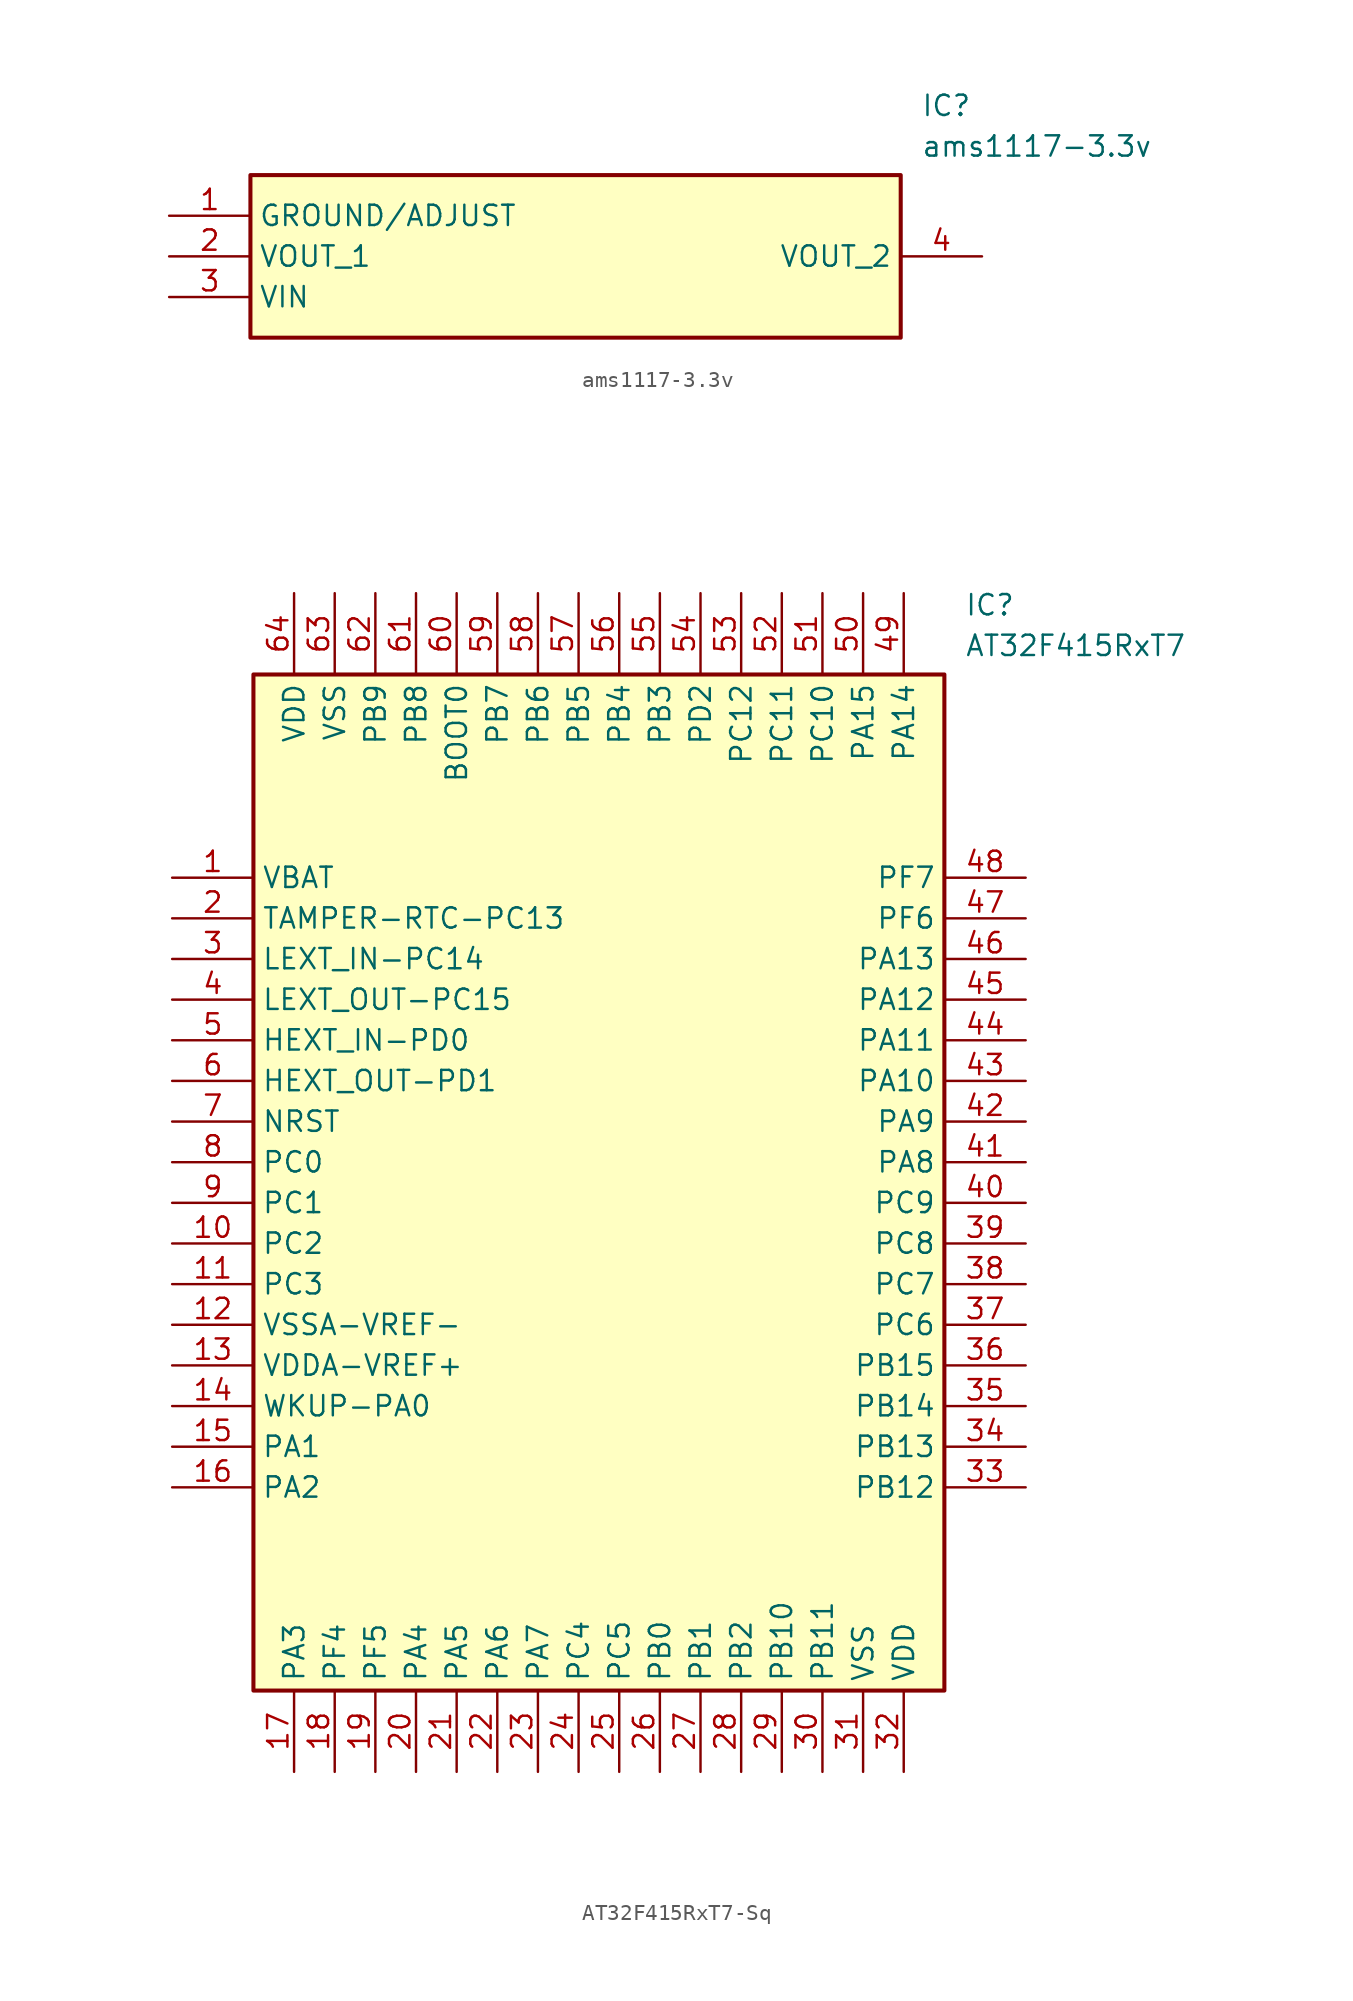
<source format=kicad_sym>
(kicad_symbol_lib
  (version 20231120)
  (generator "kicad_symbol_editor")
  (generator_version "8.0")
  (symbol "ams1117-3.3v"
    (property "Reference" "IC"
      (at 46.99 7.62 0)
      (effects (font (size 1.27 1.27)) (justify left top)))
    (property "Value" "ams1117-3.3v"
      (at 46.99 5.08 0)
      (effects (font (size 1.27 1.27)) (justify left top)))
    (symbol "ams1117-3.3v_1_1"
      (rectangle (start 5.08 2.54) (end 45.72 -7.62) (stroke (width 0.254) (type default)) (fill (type background)))
      (pin passive line (at 0 0 0) (length 5.08) (name "GROUND/ADJUST" (effects (font (size 1.27 1.27)))) (number "1" (effects (font (size 1.27 1.27)))))
      (pin passive line (at 0 -2.54 0) (length 5.08) (name "VOUT_1" (effects (font (size 1.27 1.27)))) (number "2" (effects (font (size 1.27 1.27)))))
      (pin passive line (at 0 -5.08 0) (length 5.08) (name "VIN" (effects (font (size 1.27 1.27)))) (number "3" (effects (font (size 1.27 1.27)))))
      (pin passive line (at 50.8 -2.54 180) (length 5.08) (name "VOUT_2" (effects (font (size 1.27 1.27)))) (number "4" (effects (font (size 1.27 1.27)))))))
  (symbol "AT32F415RxT7-Sq"
    (property "Reference" "IC"
      (at 49.53 17.78 0)
      (effects (font (size 1.27 1.27)) (justify left top)))
    (property "Value" "AT32F415RxT7"
      (at 49.53 15.24 0)
      (effects (font (size 1.27 1.27)) (justify left top)))
    (rectangle
      (start 5.08 12.7)
      (end 48.26 -50.8)
      (stroke (width 0.254) (type default))
      (fill (type background)))
    (pin passive line
      (at 0 0 0)
      (length 5.08)
      (name "VBAT" (effects (font (size 1.27 1.27))))
      (number "1" (effects (font (size 1.27 1.27)))))
    (pin passive line
      (at 0 -2.54 0)
      (length 5.08)
      (name "TAMPER-RTC-PC13" (effects (font (size 1.27 1.27))))
      (number "2" (effects (font (size 1.27 1.27)))))
    (pin passive line
      (at 0 -5.08 0)
      (length 5.08)
      (name "LEXT_IN-PC14" (effects (font (size 1.27 1.27))))
      (number "3" (effects (font (size 1.27 1.27)))))
    (pin passive line
      (at 0 -7.62 0)
      (length 5.08)
      (name "LEXT_OUT-PC15" (effects (font (size 1.27 1.27))))
      (number "4" (effects (font (size 1.27 1.27)))))
    (pin passive line
      (at 0 -10.16 0)
      (length 5.08)
      (name "HEXT_IN-PD0" (effects (font (size 1.27 1.27))))
      (number "5" (effects (font (size 1.27 1.27)))))
    (pin passive line
      (at 0 -12.7 0)
      (length 5.08)
      (name "HEXT_OUT-PD1" (effects (font (size 1.27 1.27))))
      (number "6" (effects (font (size 1.27 1.27)))))
    (pin passive line
      (at 0 -15.24 0)
      (length 5.08)
      (name "NRST" (effects (font (size 1.27 1.27))))
      (number "7" (effects (font (size 1.27 1.27)))))
    (pin passive line
      (at 0 -17.78 0)
      (length 5.08)
      (name "PC0" (effects (font (size 1.27 1.27))))
      (number "8" (effects (font (size 1.27 1.27)))))
    (pin passive line
      (at 0 -20.32 0)
      (length 5.08)
      (name "PC1" (effects (font (size 1.27 1.27))))
      (number "9" (effects (font (size 1.27 1.27)))))
    (pin passive line
      (at 0 -22.86 0)
      (length 5.08)
      (name "PC2" (effects (font (size 1.27 1.27))))
      (number "10" (effects (font (size 1.27 1.27)))))
    (pin passive line
      (at 0 -25.4 0)
      (length 5.08)
      (name "PC3" (effects (font (size 1.27 1.27))))
      (number "11" (effects (font (size 1.27 1.27)))))
    (pin passive line
      (at 0 -27.94 0)
      (length 5.08)
      (name "VSSA-VREF-" (effects (font (size 1.27 1.27))))
      (number "12" (effects (font (size 1.27 1.27)))))
    (pin passive line
      (at 0 -30.48 0)
      (length 5.08)
      (name "VDDA-VREF+" (effects (font (size 1.27 1.27))))
      (number "13" (effects (font (size 1.27 1.27)))))
    (pin passive line
      (at 0 -33.02 0)
      (length 5.08)
      (name "WKUP-PA0" (effects (font (size 1.27 1.27))))
      (number "14" (effects (font (size 1.27 1.27)))))
    (pin passive line
      (at 0 -35.56 0)
      (length 5.08)
      (name "PA1" (effects (font (size 1.27 1.27))))
      (number "15" (effects (font (size 1.27 1.27)))))
    (pin passive line
      (at 0 -38.1 0)
      (length 5.08)
      (name "PA2" (effects (font (size 1.27 1.27))))
      (number "16" (effects (font (size 1.27 1.27)))))
    (pin passive line
      (at 7.62 -55.88 90)
      (length 5.08)
      (name "PA3" (effects (font (size 1.27 1.27))))
      (number "17" (effects (font (size 1.27 1.27)))))
    (pin passive line
      (at 10.16 -55.88 90)
      (length 5.08)
      (name "PF4" (effects (font (size 1.27 1.27))))
      (number "18" (effects (font (size 1.27 1.27)))))
    (pin passive line
      (at 12.7 -55.88 90)
      (length 5.08)
      (name "PF5" (effects (font (size 1.27 1.27))))
      (number "19" (effects (font (size 1.27 1.27)))))
    (pin passive line
      (at 15.24 -55.88 90)
      (length 5.08)
      (name "PA4" (effects (font (size 1.27 1.27))))
      (number "20" (effects (font (size 1.27 1.27)))))
    (pin passive line
      (at 17.78 -55.88 90)
      (length 5.08)
      (name "PA5" (effects (font (size 1.27 1.27))))
      (number "21" (effects (font (size 1.27 1.27)))))
    (pin passive line
      (at 20.32 -55.88 90)
      (length 5.08)
      (name "PA6" (effects (font (size 1.27 1.27))))
      (number "22" (effects (font (size 1.27 1.27)))))
    (pin passive line
      (at 22.86 -55.88 90)
      (length 5.08)
      (name "PA7" (effects (font (size 1.27 1.27))))
      (number "23" (effects (font (size 1.27 1.27)))))
    (pin passive line
      (at 25.4 -55.88 90)
      (length 5.08)
      (name "PC4" (effects (font (size 1.27 1.27))))
      (number "24" (effects (font (size 1.27 1.27)))))
    (pin passive line
      (at 27.94 -55.88 90)
      (length 5.08)
      (name "PC5" (effects (font (size 1.27 1.27))))
      (number "25" (effects (font (size 1.27 1.27)))))
    (pin passive line
      (at 30.48 -55.88 90)
      (length 5.08)
      (name "PB0" (effects (font (size 1.27 1.27))))
      (number "26" (effects (font (size 1.27 1.27)))))
    (pin passive line
      (at 33.02 -55.88 90)
      (length 5.08)
      (name "PB1" (effects (font (size 1.27 1.27))))
      (number "27" (effects (font (size 1.27 1.27)))))
    (pin passive line
      (at 35.56 -55.88 90)
      (length 5.08)
      (name "PB2" (effects (font (size 1.27 1.27))))
      (number "28" (effects (font (size 1.27 1.27)))))
    (pin passive line
      (at 38.1 -55.88 90)
      (length 5.08)
      (name "PB10" (effects (font (size 1.27 1.27))))
      (number "29" (effects (font (size 1.27 1.27)))))
    (pin passive line
      (at 40.64 -55.88 90)
      (length 5.08)
      (name "PB11" (effects (font (size 1.27 1.27))))
      (number "30" (effects (font (size 1.27 1.27)))))
    (pin passive line
      (at 43.18 -55.88 90)
      (length 5.08)
      (name "VSS" (effects (font (size 1.27 1.27))))
      (number "31" (effects (font (size 1.27 1.27)))))
    (pin passive line
      (at 45.72 -55.88 90)
      (length 5.08)
      (name "VDD" (effects (font (size 1.27 1.27))))
      (number "32" (effects (font (size 1.27 1.27)))))
    (pin passive line
      (at 53.34 0 180)
      (length 5.08)
      (name "PF7" (effects (font (size 1.27 1.27))))
      (number "48" (effects (font (size 1.27 1.27)))))
    (pin passive line
      (at 53.34 -2.54 180)
      (length 5.08)
      (name "PF6" (effects (font (size 1.27 1.27))))
      (number "47" (effects (font (size 1.27 1.27)))))
    (pin passive line
      (at 53.34 -5.08 180)
      (length 5.08)
      (name "PA13" (effects (font (size 1.27 1.27))))
      (number "46" (effects (font (size 1.27 1.27)))))
    (pin passive line
      (at 53.34 -7.62 180)
      (length 5.08)
      (name "PA12" (effects (font (size 1.27 1.27))))
      (number "45" (effects (font (size 1.27 1.27)))))
    (pin passive line
      (at 53.34 -10.16 180)
      (length 5.08)
      (name "PA11" (effects (font (size 1.27 1.27))))
      (number "44" (effects (font (size 1.27 1.27)))))
    (pin passive line
      (at 53.34 -12.7 180)
      (length 5.08)
      (name "PA10" (effects (font (size 1.27 1.27))))
      (number "43" (effects (font (size 1.27 1.27)))))
    (pin passive line
      (at 53.34 -15.24 180)
      (length 5.08)
      (name "PA9" (effects (font (size 1.27 1.27))))
      (number "42" (effects (font (size 1.27 1.27)))))
    (pin passive line
      (at 53.34 -17.78 180)
      (length 5.08)
      (name "PA8" (effects (font (size 1.27 1.27))))
      (number "41" (effects (font (size 1.27 1.27)))))
    (pin passive line
      (at 53.34 -20.32 180)
      (length 5.08)
      (name "PC9" (effects (font (size 1.27 1.27))))
      (number "40" (effects (font (size 1.27 1.27)))))
    (pin passive line
      (at 53.34 -22.86 180)
      (length 5.08)
      (name "PC8" (effects (font (size 1.27 1.27))))
      (number "39" (effects (font (size 1.27 1.27)))))
    (pin passive line
      (at 53.34 -25.4 180)
      (length 5.08)
      (name "PC7" (effects (font (size 1.27 1.27))))
      (number "38" (effects (font (size 1.27 1.27)))))
    (pin passive line
      (at 53.34 -27.94 180)
      (length 5.08)
      (name "PC6" (effects (font (size 1.27 1.27))))
      (number "37" (effects (font (size 1.27 1.27)))))
    (pin passive line
      (at 53.34 -30.48 180)
      (length 5.08)
      (name "PB15" (effects (font (size 1.27 1.27))))
      (number "36" (effects (font (size 1.27 1.27)))))
    (pin passive line
      (at 53.34 -33.02 180)
      (length 5.08)
      (name "PB14" (effects (font (size 1.27 1.27))))
      (number "35" (effects (font (size 1.27 1.27)))))
    (pin passive line
      (at 53.34 -35.56 180)
      (length 5.08)
      (name "PB13" (effects (font (size 1.27 1.27))))
      (number "34" (effects (font (size 1.27 1.27)))))
    (pin passive line
      (at 53.34 -38.1 180)
      (length 5.08)
      (name "PB12" (effects (font (size 1.27 1.27))))
      (number "33" (effects (font (size 1.27 1.27)))))
    (pin passive line
      (at 7.62 17.78 270)
      (length 5.08)
      (name "VDD" (effects (font (size 1.27 1.27))))
      (number "64" (effects (font (size 1.27 1.27)))))
    (pin passive line
      (at 10.16 17.78 270)
      (length 5.08)
      (name "VSS" (effects (font (size 1.27 1.27))))
      (number "63" (effects (font (size 1.27 1.27)))))
    (pin passive line
      (at 12.7 17.78 270)
      (length 5.08)
      (name "PB9" (effects (font (size 1.27 1.27))))
      (number "62" (effects (font (size 1.27 1.27)))))
    (pin passive line
      (at 15.24 17.78 270)
      (length 5.08)
      (name "PB8" (effects (font (size 1.27 1.27))))
      (number "61" (effects (font (size 1.27 1.27)))))
    (pin passive line
      (at 17.78 17.78 270)
      (length 5.08)
      (name "BOOT0" (effects (font (size 1.27 1.27))))
      (number "60" (effects (font (size 1.27 1.27)))))
    (pin passive line
      (at 20.32 17.78 270)
      (length 5.08)
      (name "PB7" (effects (font (size 1.27 1.27))))
      (number "59" (effects (font (size 1.27 1.27)))))
    (pin passive line
      (at 22.86 17.78 270)
      (length 5.08)
      (name "PB6" (effects (font (size 1.27 1.27))))
      (number "58" (effects (font (size 1.27 1.27)))))
    (pin passive line
      (at 25.4 17.78 270)
      (length 5.08)
      (name "PB5" (effects (font (size 1.27 1.27))))
      (number "57" (effects (font (size 1.27 1.27)))))
    (pin passive line
      (at 27.94 17.78 270)
      (length 5.08)
      (name "PB4" (effects (font (size 1.27 1.27))))
      (number "56" (effects (font (size 1.27 1.27)))))
    (pin passive line
      (at 30.48 17.78 270)
      (length 5.08)
      (name "PB3" (effects (font (size 1.27 1.27))))
      (number "55" (effects (font (size 1.27 1.27)))))
    (pin passive line
      (at 33.02 17.78 270)
      (length 5.08)
      (name "PD2" (effects (font (size 1.27 1.27))))
      (number "54" (effects (font (size 1.27 1.27)))))
    (pin passive line
      (at 35.56 17.78 270)
      (length 5.08)
      (name "PC12" (effects (font (size 1.27 1.27))))
      (number "53" (effects (font (size 1.27 1.27)))))
    (pin passive line
      (at 38.1 17.78 270)
      (length 5.08)
      (name "PC11" (effects (font (size 1.27 1.27))))
      (number "52" (effects (font (size 1.27 1.27)))))
    (pin passive line
      (at 40.64 17.78 270)
      (length 5.08)
      (name "PC10" (effects (font (size 1.27 1.27))))
      (number "51" (effects (font (size 1.27 1.27)))))
    (pin passive line
      (at 43.18 17.78 270)
      (length 5.08)
      (name "PA15" (effects (font (size 1.27 1.27))))
      (number "50" (effects (font (size 1.27 1.27)))))
    (pin passive line
      (at 45.72 17.78 270)
      (length 5.08)
      (name "PA14" (effects (font (size 1.27 1.27))))
      (number "49" (effects (font (size 1.27 1.27)))))))
</source>
